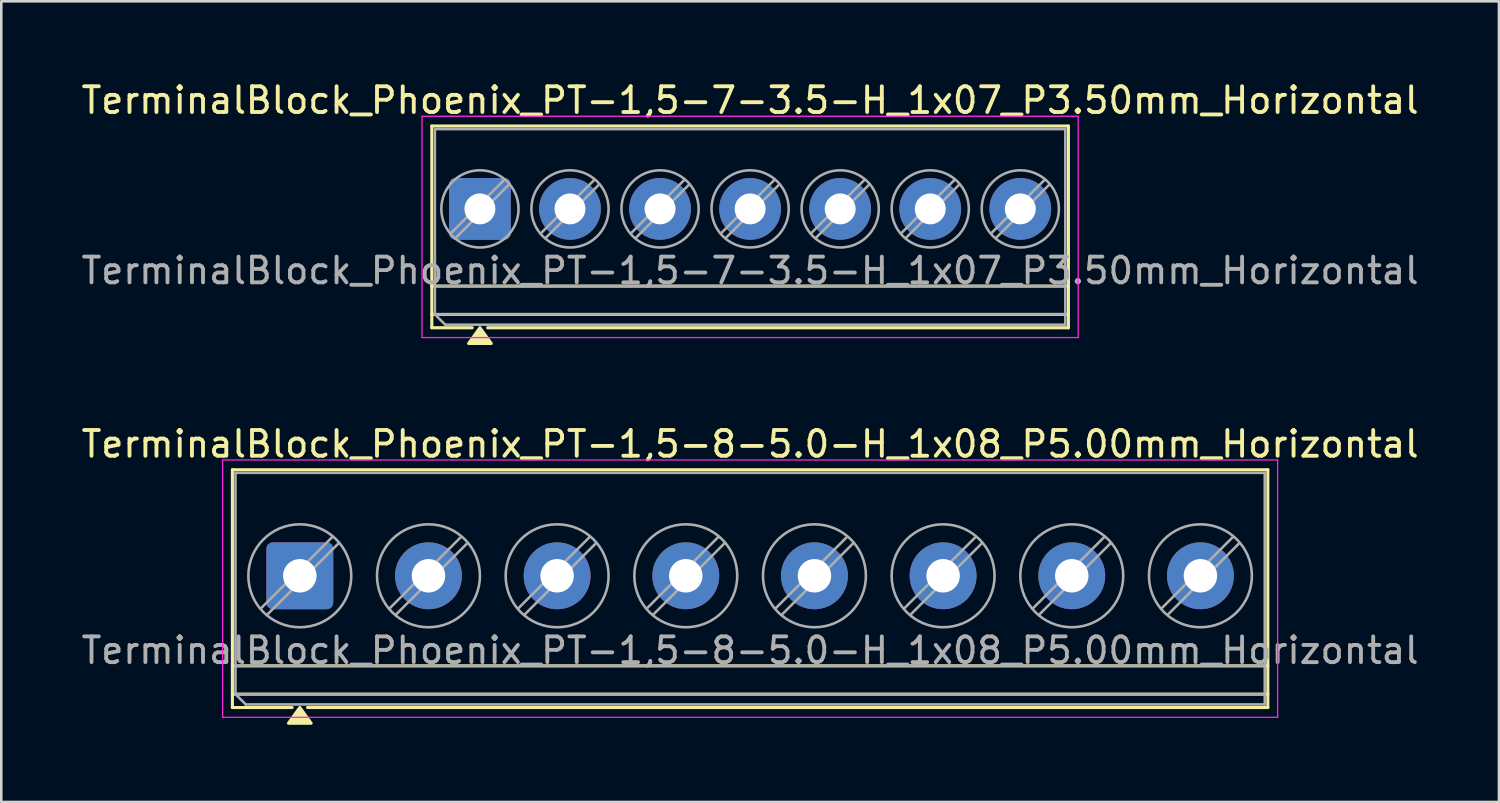
<source format=kicad_pcb>
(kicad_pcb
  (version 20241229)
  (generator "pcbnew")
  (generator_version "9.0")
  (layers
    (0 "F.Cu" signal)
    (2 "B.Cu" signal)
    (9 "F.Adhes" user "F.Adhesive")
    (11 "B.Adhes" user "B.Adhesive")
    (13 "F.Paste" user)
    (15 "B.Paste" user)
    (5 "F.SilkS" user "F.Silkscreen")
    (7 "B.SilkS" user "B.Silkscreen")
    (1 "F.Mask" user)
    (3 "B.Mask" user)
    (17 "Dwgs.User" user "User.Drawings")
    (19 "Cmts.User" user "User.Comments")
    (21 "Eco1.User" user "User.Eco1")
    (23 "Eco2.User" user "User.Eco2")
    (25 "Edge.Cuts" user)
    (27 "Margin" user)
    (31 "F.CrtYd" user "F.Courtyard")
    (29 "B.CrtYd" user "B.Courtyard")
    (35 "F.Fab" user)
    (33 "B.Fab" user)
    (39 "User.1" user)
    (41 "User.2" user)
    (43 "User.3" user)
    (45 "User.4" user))
  (footprint "TerminalBlock_Phoenix_PT-1,5-7-3.5-H_1x07_P3.50mm_Horizontal"
    (layer "F.Cu")
    (at 15.601 5.068)
    (property "Reference" "TerminalBlock_Phoenix_PT-1,5-7-3.5-H_1x07_P3.50mm_Horizontal" (at 10.5 -4.22 0) (layer "F.SilkS") (effects (font (size 1 1) (thickness 0.15))))
    (attr through_hole)
    (fp_line (start -1.87 -3.22) (end 22.87 -3.22) (stroke (width 0.12) (type solid)) (layer "F.SilkS"))
    (fp_line (start -1.87 3) (end 22.87 3) (stroke (width 0.12) (type solid)) (layer "F.SilkS"))
    (fp_line (start -1.87 4.1) (end 22.87 4.1) (stroke (width 0.12) (type solid)) (layer "F.SilkS"))
    (fp_line (start -1.87 4.62) (end -1.87 -3.22) (stroke (width 0.12) (type solid)) (layer "F.SilkS"))
    (fp_line (start -0.3 4.62) (end -1.87 4.62) (stroke (width 0.12) (type solid)) (layer "F.SilkS"))
    (fp_line (start 22.87 -3.22) (end 22.87 4.62) (stroke (width 0.12) (type solid)) (layer "F.SilkS"))
    (fp_line (start 22.87 4.62) (end 0.3 4.62) (stroke (width 0.12) (type solid)) (layer "F.SilkS"))
    (fp_poly (pts (xy 0 4.62) (xy 0.44 5.23) (xy -0.44 5.23)) (stroke (width 0.12) (type solid)) (fill yes) (layer "F.SilkS"))
    (fp_line (start -2.25 -3.6) (end -2.25 5) (stroke (width 0.05) (type solid)) (layer "F.CrtYd"))
    (fp_line (start -2.25 5) (end 23.25 5) (stroke (width 0.05) (type solid)) (layer "F.CrtYd"))
    (fp_line (start 23.25 -3.6) (end -2.25 -3.6) (stroke (width 0.05) (type solid)) (layer "F.CrtYd"))
    (fp_line (start 23.25 5) (end 23.25 -3.6) (stroke (width 0.05) (type solid)) (layer "F.CrtYd"))
    (fp_line (start -1.75 -3.1) (end 22.75 -3.1) (stroke (width 0.1) (type solid)) (layer "F.Fab"))
    (fp_line (start -1.75 3) (end 22.75 3) (stroke (width 0.1) (type solid)) (layer "F.Fab"))
    (fp_line (start -1.75 4.1) (end -1.75 -3.1) (stroke (width 0.1) (type solid)) (layer "F.Fab"))
    (fp_line (start -1.75 4.1) (end 22.75 4.1) (stroke (width 0.1) (type solid)) (layer "F.Fab"))
    (fp_line (start -1.35 4.5) (end -1.75 4.1) (stroke (width 0.1) (type solid)) (layer "F.Fab"))
    (fp_line (start 0.955 -1.138) (end -1.138 0.955) (stroke (width 0.1) (type solid)) (layer "F.Fab"))
    (fp_line (start 1.138 -0.955) (end -0.955 1.138) (stroke (width 0.1) (type solid)) (layer "F.Fab"))
    (fp_line (start 4.455 -1.138) (end 2.362 0.955) (stroke (width 0.1) (type solid)) (layer "F.Fab"))
    (fp_line (start 4.638 -0.955) (end 2.545 1.138) (stroke (width 0.1) (type solid)) (layer "F.Fab"))
    (fp_line (start 7.955 -1.138) (end 5.862 0.955) (stroke (width 0.1) (type solid)) (layer "F.Fab"))
    (fp_line (start 8.138 -0.955) (end 6.045 1.138) (stroke (width 0.1) (type solid)) (layer "F.Fab"))
    (fp_line (start 11.455 -1.138) (end 9.362 0.955) (stroke (width 0.1) (type solid)) (layer "F.Fab"))
    (fp_line (start 11.638 -0.955) (end 9.545 1.138) (stroke (width 0.1) (type solid)) (layer "F.Fab"))
    (fp_line (start 14.955 -1.138) (end 12.862 0.955) (stroke (width 0.1) (type solid)) (layer "F.Fab"))
    (fp_line (start 15.138 -0.955) (end 13.045 1.138) (stroke (width 0.1) (type solid)) (layer "F.Fab"))
    (fp_line (start 18.455 -1.138) (end 16.362 0.955) (stroke (width 0.1) (type solid)) (layer "F.Fab"))
    (fp_line (start 18.638 -0.955) (end 16.545 1.138) (stroke (width 0.1) (type solid)) (layer "F.Fab"))
    (fp_line (start 21.955 -1.138) (end 19.862 0.955) (stroke (width 0.1) (type solid)) (layer "F.Fab"))
    (fp_line (start 22.138 -0.955) (end 20.045 1.138) (stroke (width 0.1) (type solid)) (layer "F.Fab"))
    (fp_line (start 22.75 -3.1) (end 22.75 4.5) (stroke (width 0.1) (type solid)) (layer "F.Fab"))
    (fp_line (start 22.75 4.5) (end -1.35 4.5) (stroke (width 0.1) (type solid)) (layer "F.Fab"))
    (fp_circle (center 0 0) (end 1.5 0) (stroke (width 0.1) (type solid)) (fill no) (layer "F.Fab"))
    (fp_circle (center 3.5 0) (end 5 0) (stroke (width 0.1) (type solid)) (fill no) (layer "F.Fab"))
    (fp_circle (center 7 0) (end 8.5 0) (stroke (width 0.1) (type solid)) (fill no) (layer "F.Fab"))
    (fp_circle (center 10.5 0) (end 12 0) (stroke (width 0.1) (type solid)) (fill no) (layer "F.Fab"))
    (fp_circle (center 14 0) (end 15.5 0) (stroke (width 0.1) (type solid)) (fill no) (layer "F.Fab"))
    (fp_circle (center 17.5 0) (end 19 0) (stroke (width 0.1) (type solid)) (fill no) (layer "F.Fab"))
    (fp_circle (center 21 0) (end 22.5 0) (stroke (width 0.1) (type solid)) (fill no) (layer "F.Fab"))
    (fp_text user "${REFERENCE}" (at 10.5 2.4 0) (layer "F.Fab") (effects (font (size 1 1) (thickness 0.15))))
    (pad "1" thru_hole roundrect (at 0 0) (size 2.4 2.4) (drill 1.2) (layers "*.Cu" "*.Mask") (roundrect_rratio 0.104))
    (pad "2" thru_hole circle (at 3.5 0) (size 2.4 2.4) (drill 1.2) (layers "*.Cu" "*.Mask"))
    (pad "3" thru_hole circle (at 7 0) (size 2.4 2.4) (drill 1.2) (layers "*.Cu" "*.Mask"))
    (pad "4" thru_hole circle (at 10.5 0) (size 2.4 2.4) (drill 1.2) (layers "*.Cu" "*.Mask"))
    (pad "5" thru_hole circle (at 14 0) (size 2.4 2.4) (drill 1.2) (layers "*.Cu" "*.Mask"))
    (pad "6" thru_hole circle (at 17.5 0) (size 2.4 2.4) (drill 1.2) (layers "*.Cu" "*.Mask"))
    (pad "7" thru_hole circle (at 21 0) (size 2.4 2.4) (drill 1.2) (layers "*.Cu" "*.Mask")))
  (footprint "TerminalBlock_Phoenix_PT-1,5-8-5.0-H_1x08_P5.00mm_Horizontal"
    (layer "F.Cu")
    (at 8.601 19.326)
    (property "Reference" "TerminalBlock_Phoenix_PT-1,5-8-5.0-H_1x08_P5.00mm_Horizontal" (at 17.5 -5.12 0) (layer "F.SilkS") (effects (font (size 1 1) (thickness 0.15))))
    (attr through_hole)
    (fp_line (start -2.62 -4.12) (end 37.62 -4.12) (stroke (width 0.12) (type solid)) (layer "F.SilkS"))
    (fp_line (start -2.62 3.5) (end 37.62 3.5) (stroke (width 0.12) (type solid)) (layer "F.SilkS"))
    (fp_line (start -2.62 4.6) (end 37.62 4.6) (stroke (width 0.12) (type solid)) (layer "F.SilkS"))
    (fp_line (start -2.62 5.12) (end -2.62 -4.12) (stroke (width 0.12) (type solid)) (layer "F.SilkS"))
    (fp_line (start -0.3 5.12) (end -2.62 5.12) (stroke (width 0.12) (type solid)) (layer "F.SilkS"))
    (fp_line (start 37.62 -4.12) (end 37.62 5.12) (stroke (width 0.12) (type solid)) (layer "F.SilkS"))
    (fp_line (start 37.62 5.12) (end 0.3 5.12) (stroke (width 0.12) (type solid)) (layer "F.SilkS"))
    (fp_poly (pts (xy 0 5.12) (xy 0.44 5.73) (xy -0.44 5.73)) (stroke (width 0.12) (type solid)) (fill yes) (layer "F.SilkS"))
    (fp_line (start -3 -4.5) (end -3 5.5) (stroke (width 0.05) (type solid)) (layer "F.CrtYd"))
    (fp_line (start -3 5.5) (end 38 5.5) (stroke (width 0.05) (type solid)) (layer "F.CrtYd"))
    (fp_line (start 38 -4.5) (end -3 -4.5) (stroke (width 0.05) (type solid)) (layer "F.CrtYd"))
    (fp_line (start 38 5.5) (end 38 -4.5) (stroke (width 0.05) (type solid)) (layer "F.CrtYd"))
    (fp_line (start -2.5 -4) (end 37.5 -4) (stroke (width 0.1) (type solid)) (layer "F.Fab"))
    (fp_line (start -2.5 3.5) (end 37.5 3.5) (stroke (width 0.1) (type solid)) (layer "F.Fab"))
    (fp_line (start -2.5 4.6) (end -2.5 -4) (stroke (width 0.1) (type solid)) (layer "F.Fab"))
    (fp_line (start -2.5 4.6) (end 37.5 4.6) (stroke (width 0.1) (type solid)) (layer "F.Fab"))
    (fp_line (start -2.1 5) (end -2.5 4.6) (stroke (width 0.1) (type solid)) (layer "F.Fab"))
    (fp_line (start 1.273 -1.517) (end -1.517 1.273) (stroke (width 0.1) (type solid)) (layer "F.Fab"))
    (fp_line (start 1.517 -1.273) (end -1.273 1.517) (stroke (width 0.1) (type solid)) (layer "F.Fab"))
    (fp_line (start 6.273 -1.517) (end 3.483 1.273) (stroke (width 0.1) (type solid)) (layer "F.Fab"))
    (fp_line (start 6.517 -1.273) (end 3.727 1.517) (stroke (width 0.1) (type solid)) (layer "F.Fab"))
    (fp_line (start 11.273 -1.517) (end 8.483 1.273) (stroke (width 0.1) (type solid)) (layer "F.Fab"))
    (fp_line (start 11.517 -1.273) (end 8.727 1.517) (stroke (width 0.1) (type solid)) (layer "F.Fab"))
    (fp_line (start 16.273 -1.517) (end 13.483 1.273) (stroke (width 0.1) (type solid)) (layer "F.Fab"))
    (fp_line (start 16.517 -1.273) (end 13.727 1.517) (stroke (width 0.1) (type solid)) (layer "F.Fab"))
    (fp_line (start 21.273 -1.517) (end 18.483 1.273) (stroke (width 0.1) (type solid)) (layer "F.Fab"))
    (fp_line (start 21.517 -1.273) (end 18.727 1.517) (stroke (width 0.1) (type solid)) (layer "F.Fab"))
    (fp_line (start 26.273 -1.517) (end 23.483 1.273) (stroke (width 0.1) (type solid)) (layer "F.Fab"))
    (fp_line (start 26.517 -1.273) (end 23.727 1.517) (stroke (width 0.1) (type solid)) (layer "F.Fab"))
    (fp_line (start 31.273 -1.517) (end 28.483 1.273) (stroke (width 0.1) (type solid)) (layer "F.Fab"))
    (fp_line (start 31.517 -1.273) (end 28.727 1.517) (stroke (width 0.1) (type solid)) (layer "F.Fab"))
    (fp_line (start 36.273 -1.517) (end 33.483 1.273) (stroke (width 0.1) (type solid)) (layer "F.Fab"))
    (fp_line (start 36.517 -1.273) (end 33.727 1.517) (stroke (width 0.1) (type solid)) (layer "F.Fab"))
    (fp_line (start 37.5 -4) (end 37.5 5) (stroke (width 0.1) (type solid)) (layer "F.Fab"))
    (fp_line (start 37.5 5) (end -2.1 5) (stroke (width 0.1) (type solid)) (layer "F.Fab"))
    (fp_circle (center 0 0) (end 2 0) (stroke (width 0.1) (type solid)) (fill no) (layer "F.Fab"))
    (fp_circle (center 5 0) (end 7 0) (stroke (width 0.1) (type solid)) (fill no) (layer "F.Fab"))
    (fp_circle (center 10 0) (end 12 0) (stroke (width 0.1) (type solid)) (fill no) (layer "F.Fab"))
    (fp_circle (center 15 0) (end 17 0) (stroke (width 0.1) (type solid)) (fill no) (layer "F.Fab"))
    (fp_circle (center 20 0) (end 22 0) (stroke (width 0.1) (type solid)) (fill no) (layer "F.Fab"))
    (fp_circle (center 25 0) (end 27 0) (stroke (width 0.1) (type solid)) (fill no) (layer "F.Fab"))
    (fp_circle (center 30 0) (end 32 0) (stroke (width 0.1) (type solid)) (fill no) (layer "F.Fab"))
    (fp_circle (center 35 0) (end 37 0) (stroke (width 0.1) (type solid)) (fill no) (layer "F.Fab"))
    (fp_text user "${REFERENCE}" (at 17.5 2.9 0) (layer "F.Fab") (effects (font (size 1 1) (thickness 0.15))))
    (pad "1" thru_hole roundrect (at 0 0) (size 2.6 2.6) (drill 1.3) (layers "*.Cu" "*.Mask") (roundrect_rratio 0.096))
    (pad "2" thru_hole circle (at 5 0) (size 2.6 2.6) (drill 1.3) (layers "*.Cu" "*.Mask"))
    (pad "3" thru_hole circle (at 10 0) (size 2.6 2.6) (drill 1.3) (layers "*.Cu" "*.Mask"))
    (pad "4" thru_hole circle (at 15 0) (size 2.6 2.6) (drill 1.3) (layers "*.Cu" "*.Mask"))
    (pad "5" thru_hole circle (at 20 0) (size 2.6 2.6) (drill 1.3) (layers "*.Cu" "*.Mask"))
    (pad "6" thru_hole circle (at 25 0) (size 2.6 2.6) (drill 1.3) (layers "*.Cu" "*.Mask"))
    (pad "7" thru_hole circle (at 30 0) (size 2.6 2.6) (drill 1.3) (layers "*.Cu" "*.Mask"))
    (pad "8" thru_hole circle (at 35 0) (size 2.6 2.6) (drill 1.3) (layers "*.Cu" "*.Mask")))
  (gr_rect
    (start -3 -3)
    (end 55.202 28.116)
    (stroke (width 0.1) (type default))
    (fill no)
    (layer "Edge.Cuts")))
</source>
